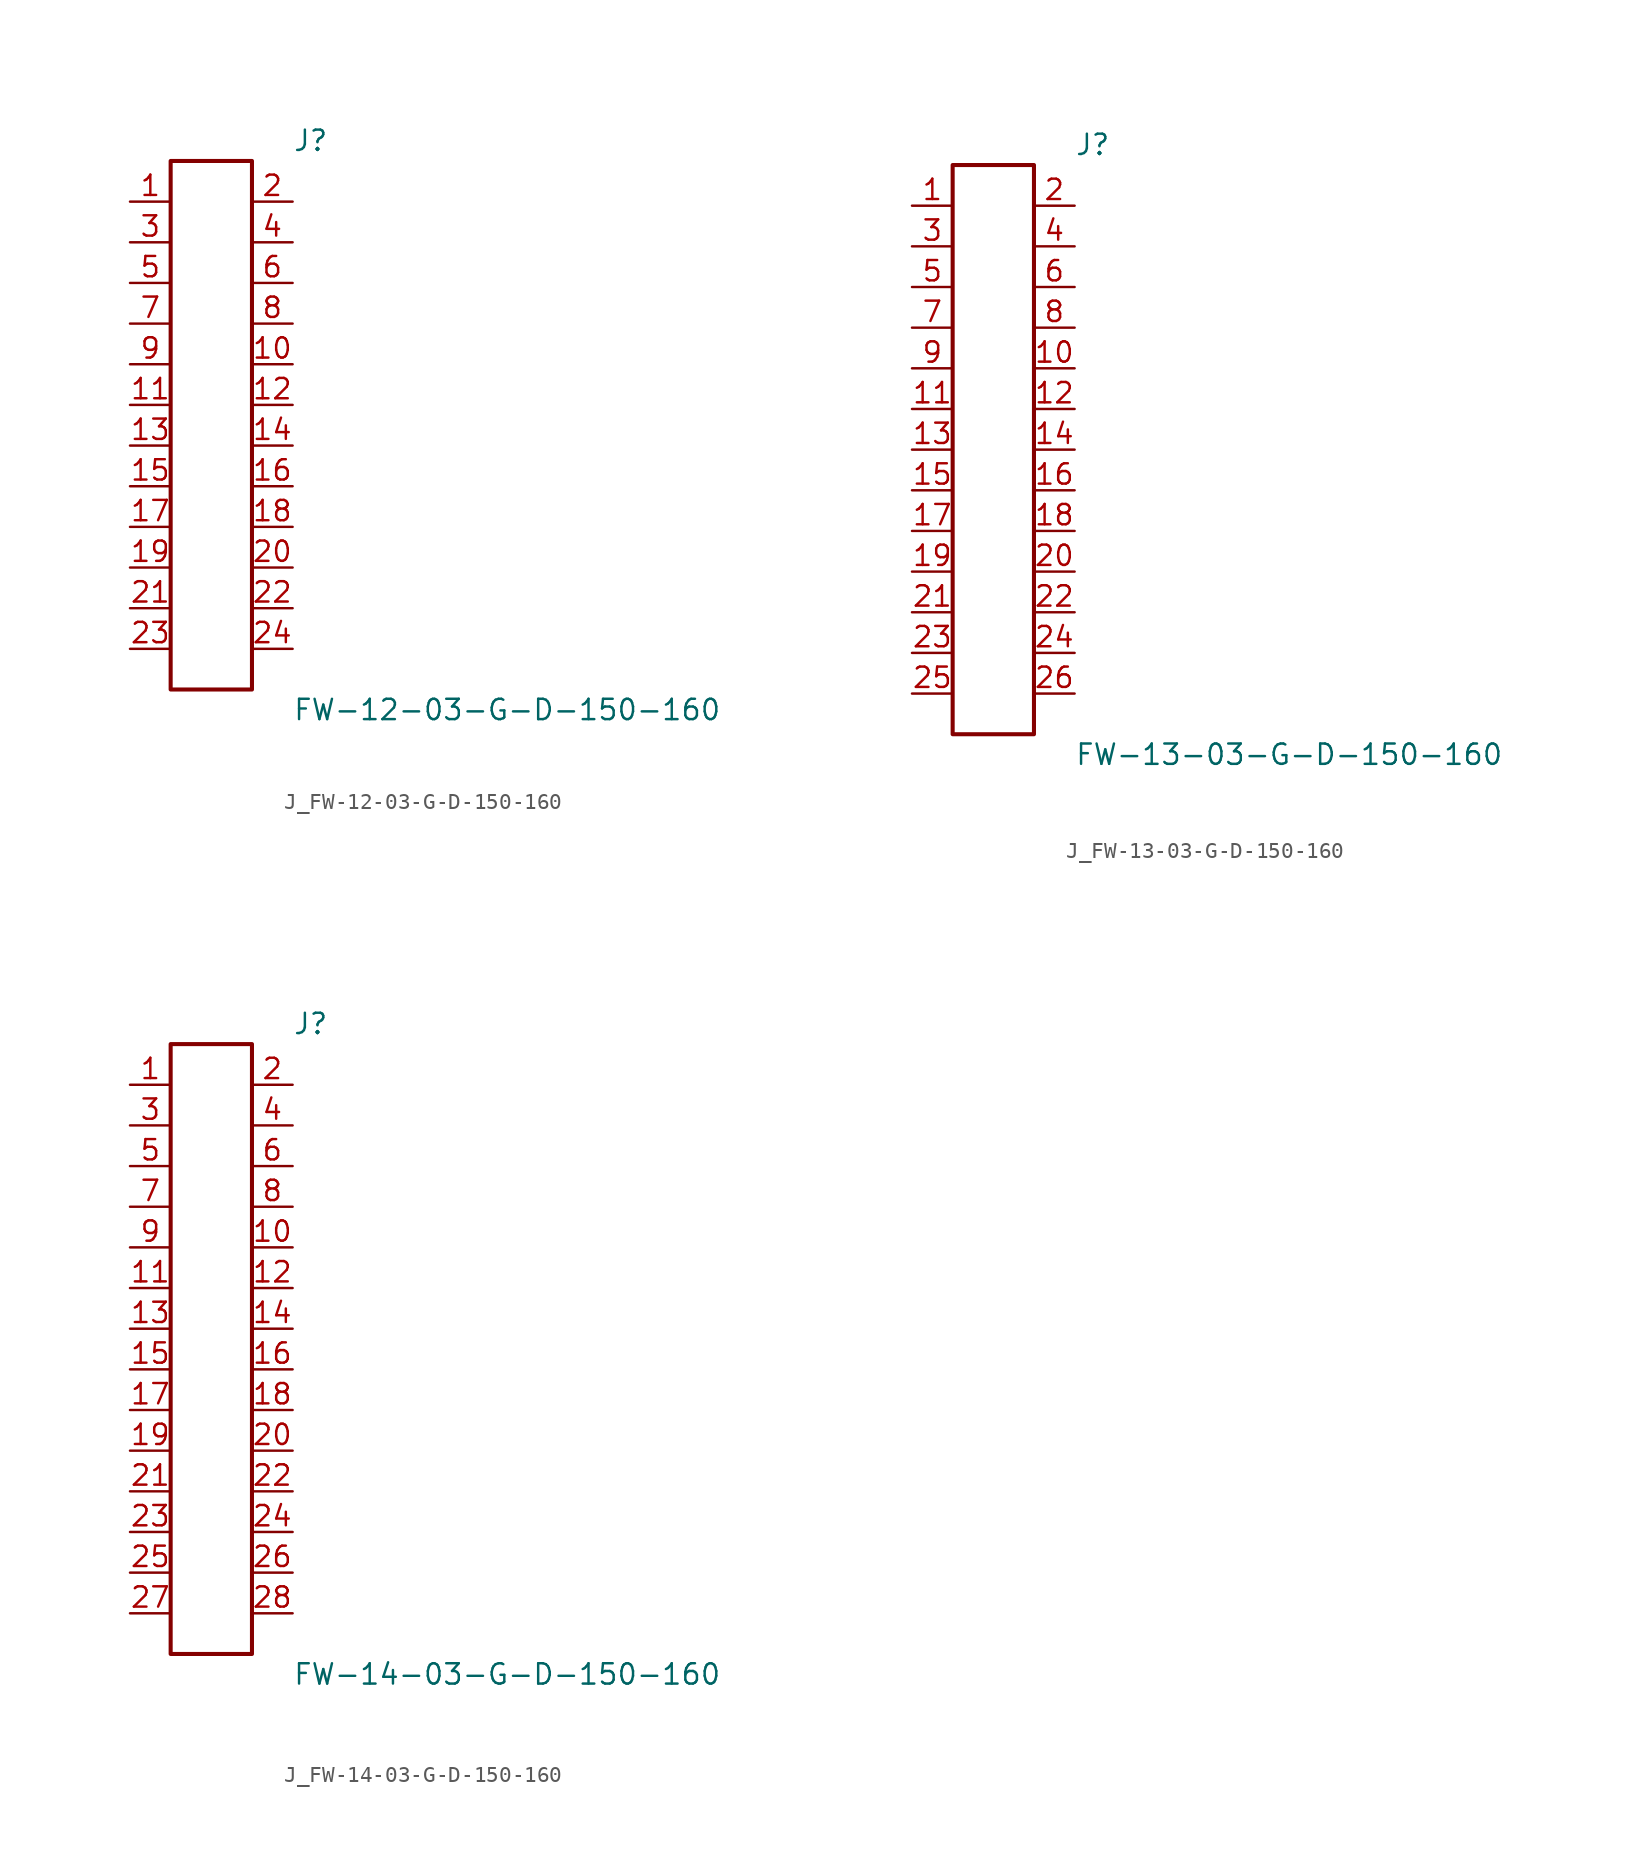
<source format=kicad_sym>
(kicad_symbol_lib
  (version 20231120)
  (generator kicad_symbol_editor)
  (generator_version 8.0)
  (symbol "J_FW-12-03-G-D-150-160"
    (pin_names
      (offset 0.254))
    (property "Reference" "J"
      (at 5.08 17.78 0)
      (effects (font (size 1.27 1.27)) (justify left)))
    (property "Value" "FW-12-03-G-D-150-160"
      (at 5.08 -17.78 0)
      (effects (font (size 1.27 1.27)) (justify left)))
    (symbol "J_FW-12-03-G-D-150-160_0_0"
      (pin passive line (at -5.08 13.97 0) (length 2.54) (name "" (effects (font (size 1.27 1.27)))) (number "1" (effects (font (size 1.27 1.27)))))
      (pin passive line (at 5.08 13.97 180) (length 2.54) (name "" (effects (font (size 1.27 1.27)))) (number "2" (effects (font (size 1.27 1.27)))))
      (pin passive line (at -5.08 11.43 0) (length 2.54) (name "" (effects (font (size 1.27 1.27)))) (number "3" (effects (font (size 1.27 1.27)))))
      (pin passive line (at 5.08 11.43 180) (length 2.54) (name "" (effects (font (size 1.27 1.27)))) (number "4" (effects (font (size 1.27 1.27)))))
      (pin passive line (at -5.08 8.89 0) (length 2.54) (name "" (effects (font (size 1.27 1.27)))) (number "5" (effects (font (size 1.27 1.27)))))
      (pin passive line (at 5.08 8.89 180) (length 2.54) (name "" (effects (font (size 1.27 1.27)))) (number "6" (effects (font (size 1.27 1.27)))))
      (pin passive line (at -5.08 6.35 0) (length 2.54) (name "" (effects (font (size 1.27 1.27)))) (number "7" (effects (font (size 1.27 1.27)))))
      (pin passive line (at 5.08 6.35 180) (length 2.54) (name "" (effects (font (size 1.27 1.27)))) (number "8" (effects (font (size 1.27 1.27)))))
      (pin passive line (at -5.08 3.81 0) (length 2.54) (name "" (effects (font (size 1.27 1.27)))) (number "9" (effects (font (size 1.27 1.27)))))
      (pin passive line (at 5.08 3.81 180) (length 2.54) (name "" (effects (font (size 1.27 1.27)))) (number "10" (effects (font (size 1.27 1.27)))))
      (pin passive line (at -5.08 1.27 0) (length 2.54) (name "" (effects (font (size 1.27 1.27)))) (number "11" (effects (font (size 1.27 1.27)))))
      (pin passive line (at 5.08 1.27 180) (length 2.54) (name "" (effects (font (size 1.27 1.27)))) (number "12" (effects (font (size 1.27 1.27)))))
      (pin passive line (at -5.08 -1.27 0) (length 2.54) (name "" (effects (font (size 1.27 1.27)))) (number "13" (effects (font (size 1.27 1.27)))))
      (pin passive line (at 5.08 -1.27 180) (length 2.54) (name "" (effects (font (size 1.27 1.27)))) (number "14" (effects (font (size 1.27 1.27)))))
      (pin passive line (at -5.08 -3.81 0) (length 2.54) (name "" (effects (font (size 1.27 1.27)))) (number "15" (effects (font (size 1.27 1.27)))))
      (pin passive line (at 5.08 -3.81 180) (length 2.54) (name "" (effects (font (size 1.27 1.27)))) (number "16" (effects (font (size 1.27 1.27)))))
      (pin passive line (at -5.08 -6.35 0) (length 2.54) (name "" (effects (font (size 1.27 1.27)))) (number "17" (effects (font (size 1.27 1.27)))))
      (pin passive line (at 5.08 -6.35 180) (length 2.54) (name "" (effects (font (size 1.27 1.27)))) (number "18" (effects (font (size 1.27 1.27)))))
      (pin passive line (at -5.08 -8.89 0) (length 2.54) (name "" (effects (font (size 1.27 1.27)))) (number "19" (effects (font (size 1.27 1.27)))))
      (pin passive line (at 5.08 -8.89 180) (length 2.54) (name "" (effects (font (size 1.27 1.27)))) (number "20" (effects (font (size 1.27 1.27)))))
      (pin passive line (at -5.08 -11.43 0) (length 2.54) (name "" (effects (font (size 1.27 1.27)))) (number "21" (effects (font (size 1.27 1.27)))))
      (pin passive line (at 5.08 -11.43 180) (length 2.54) (name "" (effects (font (size 1.27 1.27)))) (number "22" (effects (font (size 1.27 1.27)))))
      (pin passive line (at -5.08 -13.97 0) (length 2.54) (name "" (effects (font (size 1.27 1.27)))) (number "23" (effects (font (size 1.27 1.27)))))
      (pin passive line (at 5.08 -13.97 180) (length 2.54) (name "" (effects (font (size 1.27 1.27)))) (number "24" (effects (font (size 1.27 1.27))))))
    (symbol "J_FW-12-03-G-D-150-160_1_0"
      (rectangle (start -2.54 16.51) (end 2.54 -16.51) (stroke (width 0.254) (type solid)) (fill (type none)))))
  (symbol "J_FW-13-03-G-D-150-160"
    (pin_names
      (offset 0.254))
    (property "Reference" "J"
      (at 5.08 19.05 0)
      (effects (font (size 1.27 1.27)) (justify left)))
    (property "Value" "FW-13-03-G-D-150-160"
      (at 5.08 -19.05 0)
      (effects (font (size 1.27 1.27)) (justify left)))
    (symbol "J_FW-13-03-G-D-150-160_0_0"
      (pin passive line (at -5.08 15.24 0) (length 2.54) (name "" (effects (font (size 1.27 1.27)))) (number "1" (effects (font (size 1.27 1.27)))))
      (pin passive line (at 5.08 15.24 180) (length 2.54) (name "" (effects (font (size 1.27 1.27)))) (number "2" (effects (font (size 1.27 1.27)))))
      (pin passive line (at -5.08 12.7 0) (length 2.54) (name "" (effects (font (size 1.27 1.27)))) (number "3" (effects (font (size 1.27 1.27)))))
      (pin passive line (at 5.08 12.7 180) (length 2.54) (name "" (effects (font (size 1.27 1.27)))) (number "4" (effects (font (size 1.27 1.27)))))
      (pin passive line (at -5.08 10.16 0) (length 2.54) (name "" (effects (font (size 1.27 1.27)))) (number "5" (effects (font (size 1.27 1.27)))))
      (pin passive line (at 5.08 10.16 180) (length 2.54) (name "" (effects (font (size 1.27 1.27)))) (number "6" (effects (font (size 1.27 1.27)))))
      (pin passive line (at -5.08 7.62 0) (length 2.54) (name "" (effects (font (size 1.27 1.27)))) (number "7" (effects (font (size 1.27 1.27)))))
      (pin passive line (at 5.08 7.62 180) (length 2.54) (name "" (effects (font (size 1.27 1.27)))) (number "8" (effects (font (size 1.27 1.27)))))
      (pin passive line (at -5.08 5.08 0) (length 2.54) (name "" (effects (font (size 1.27 1.27)))) (number "9" (effects (font (size 1.27 1.27)))))
      (pin passive line (at 5.08 5.08 180) (length 2.54) (name "" (effects (font (size 1.27 1.27)))) (number "10" (effects (font (size 1.27 1.27)))))
      (pin passive line (at -5.08 2.54 0) (length 2.54) (name "" (effects (font (size 1.27 1.27)))) (number "11" (effects (font (size 1.27 1.27)))))
      (pin passive line (at 5.08 2.54 180) (length 2.54) (name "" (effects (font (size 1.27 1.27)))) (number "12" (effects (font (size 1.27 1.27)))))
      (pin passive line (at -5.08 0.0 0) (length 2.54) (name "" (effects (font (size 1.27 1.27)))) (number "13" (effects (font (size 1.27 1.27)))))
      (pin passive line (at 5.08 0.0 180) (length 2.54) (name "" (effects (font (size 1.27 1.27)))) (number "14" (effects (font (size 1.27 1.27)))))
      (pin passive line (at -5.08 -2.54 0) (length 2.54) (name "" (effects (font (size 1.27 1.27)))) (number "15" (effects (font (size 1.27 1.27)))))
      (pin passive line (at 5.08 -2.54 180) (length 2.54) (name "" (effects (font (size 1.27 1.27)))) (number "16" (effects (font (size 1.27 1.27)))))
      (pin passive line (at -5.08 -5.08 0) (length 2.54) (name "" (effects (font (size 1.27 1.27)))) (number "17" (effects (font (size 1.27 1.27)))))
      (pin passive line (at 5.08 -5.08 180) (length 2.54) (name "" (effects (font (size 1.27 1.27)))) (number "18" (effects (font (size 1.27 1.27)))))
      (pin passive line (at -5.08 -7.62 0) (length 2.54) (name "" (effects (font (size 1.27 1.27)))) (number "19" (effects (font (size 1.27 1.27)))))
      (pin passive line (at 5.08 -7.62 180) (length 2.54) (name "" (effects (font (size 1.27 1.27)))) (number "20" (effects (font (size 1.27 1.27)))))
      (pin passive line (at -5.08 -10.16 0) (length 2.54) (name "" (effects (font (size 1.27 1.27)))) (number "21" (effects (font (size 1.27 1.27)))))
      (pin passive line (at 5.08 -10.16 180) (length 2.54) (name "" (effects (font (size 1.27 1.27)))) (number "22" (effects (font (size 1.27 1.27)))))
      (pin passive line (at -5.08 -12.7 0) (length 2.54) (name "" (effects (font (size 1.27 1.27)))) (number "23" (effects (font (size 1.27 1.27)))))
      (pin passive line (at 5.08 -12.7 180) (length 2.54) (name "" (effects (font (size 1.27 1.27)))) (number "24" (effects (font (size 1.27 1.27)))))
      (pin passive line (at -5.08 -15.24 0) (length 2.54) (name "" (effects (font (size 1.27 1.27)))) (number "25" (effects (font (size 1.27 1.27)))))
      (pin passive line (at 5.08 -15.24 180) (length 2.54) (name "" (effects (font (size 1.27 1.27)))) (number "26" (effects (font (size 1.27 1.27))))))
    (symbol "J_FW-13-03-G-D-150-160_1_0"
      (rectangle (start -2.54 17.78) (end 2.54 -17.78) (stroke (width 0.254) (type solid)) (fill (type none)))))
  (symbol "J_FW-14-03-G-D-150-160"
    (pin_names
      (offset 0.254))
    (property "Reference" "J"
      (at 5.08 20.32 0)
      (effects (font (size 1.27 1.27)) (justify left)))
    (property "Value" "FW-14-03-G-D-150-160"
      (at 5.08 -20.32 0)
      (effects (font (size 1.27 1.27)) (justify left)))
    (symbol "J_FW-14-03-G-D-150-160_0_0"
      (pin passive line (at -5.08 16.51 0) (length 2.54) (name "" (effects (font (size 1.27 1.27)))) (number "1" (effects (font (size 1.27 1.27)))))
      (pin passive line (at 5.08 16.51 180) (length 2.54) (name "" (effects (font (size 1.27 1.27)))) (number "2" (effects (font (size 1.27 1.27)))))
      (pin passive line (at -5.08 13.97 0) (length 2.54) (name "" (effects (font (size 1.27 1.27)))) (number "3" (effects (font (size 1.27 1.27)))))
      (pin passive line (at 5.08 13.97 180) (length 2.54) (name "" (effects (font (size 1.27 1.27)))) (number "4" (effects (font (size 1.27 1.27)))))
      (pin passive line (at -5.08 11.43 0) (length 2.54) (name "" (effects (font (size 1.27 1.27)))) (number "5" (effects (font (size 1.27 1.27)))))
      (pin passive line (at 5.08 11.43 180) (length 2.54) (name "" (effects (font (size 1.27 1.27)))) (number "6" (effects (font (size 1.27 1.27)))))
      (pin passive line (at -5.08 8.89 0) (length 2.54) (name "" (effects (font (size 1.27 1.27)))) (number "7" (effects (font (size 1.27 1.27)))))
      (pin passive line (at 5.08 8.89 180) (length 2.54) (name "" (effects (font (size 1.27 1.27)))) (number "8" (effects (font (size 1.27 1.27)))))
      (pin passive line (at -5.08 6.35 0) (length 2.54) (name "" (effects (font (size 1.27 1.27)))) (number "9" (effects (font (size 1.27 1.27)))))
      (pin passive line (at 5.08 6.35 180) (length 2.54) (name "" (effects (font (size 1.27 1.27)))) (number "10" (effects (font (size 1.27 1.27)))))
      (pin passive line (at -5.08 3.81 0) (length 2.54) (name "" (effects (font (size 1.27 1.27)))) (number "11" (effects (font (size 1.27 1.27)))))
      (pin passive line (at 5.08 3.81 180) (length 2.54) (name "" (effects (font (size 1.27 1.27)))) (number "12" (effects (font (size 1.27 1.27)))))
      (pin passive line (at -5.08 1.27 0) (length 2.54) (name "" (effects (font (size 1.27 1.27)))) (number "13" (effects (font (size 1.27 1.27)))))
      (pin passive line (at 5.08 1.27 180) (length 2.54) (name "" (effects (font (size 1.27 1.27)))) (number "14" (effects (font (size 1.27 1.27)))))
      (pin passive line (at -5.08 -1.27 0) (length 2.54) (name "" (effects (font (size 1.27 1.27)))) (number "15" (effects (font (size 1.27 1.27)))))
      (pin passive line (at 5.08 -1.27 180) (length 2.54) (name "" (effects (font (size 1.27 1.27)))) (number "16" (effects (font (size 1.27 1.27)))))
      (pin passive line (at -5.08 -3.81 0) (length 2.54) (name "" (effects (font (size 1.27 1.27)))) (number "17" (effects (font (size 1.27 1.27)))))
      (pin passive line (at 5.08 -3.81 180) (length 2.54) (name "" (effects (font (size 1.27 1.27)))) (number "18" (effects (font (size 1.27 1.27)))))
      (pin passive line (at -5.08 -6.35 0) (length 2.54) (name "" (effects (font (size 1.27 1.27)))) (number "19" (effects (font (size 1.27 1.27)))))
      (pin passive line (at 5.08 -6.35 180) (length 2.54) (name "" (effects (font (size 1.27 1.27)))) (number "20" (effects (font (size 1.27 1.27)))))
      (pin passive line (at -5.08 -8.89 0) (length 2.54) (name "" (effects (font (size 1.27 1.27)))) (number "21" (effects (font (size 1.27 1.27)))))
      (pin passive line (at 5.08 -8.89 180) (length 2.54) (name "" (effects (font (size 1.27 1.27)))) (number "22" (effects (font (size 1.27 1.27)))))
      (pin passive line (at -5.08 -11.43 0) (length 2.54) (name "" (effects (font (size 1.27 1.27)))) (number "23" (effects (font (size 1.27 1.27)))))
      (pin passive line (at 5.08 -11.43 180) (length 2.54) (name "" (effects (font (size 1.27 1.27)))) (number "24" (effects (font (size 1.27 1.27)))))
      (pin passive line (at -5.08 -13.97 0) (length 2.54) (name "" (effects (font (size 1.27 1.27)))) (number "25" (effects (font (size 1.27 1.27)))))
      (pin passive line (at 5.08 -13.97 180) (length 2.54) (name "" (effects (font (size 1.27 1.27)))) (number "26" (effects (font (size 1.27 1.27)))))
      (pin passive line (at -5.08 -16.51 0) (length 2.54) (name "" (effects (font (size 1.27 1.27)))) (number "27" (effects (font (size 1.27 1.27)))))
      (pin passive line (at 5.08 -16.51 180) (length 2.54) (name "" (effects (font (size 1.27 1.27)))) (number "28" (effects (font (size 1.27 1.27))))))
    (symbol "J_FW-14-03-G-D-150-160_1_0"
      (rectangle (start -2.54 19.05) (end 2.54 -19.05) (stroke (width 0.254) (type solid)) (fill (type none))))))
</source>
